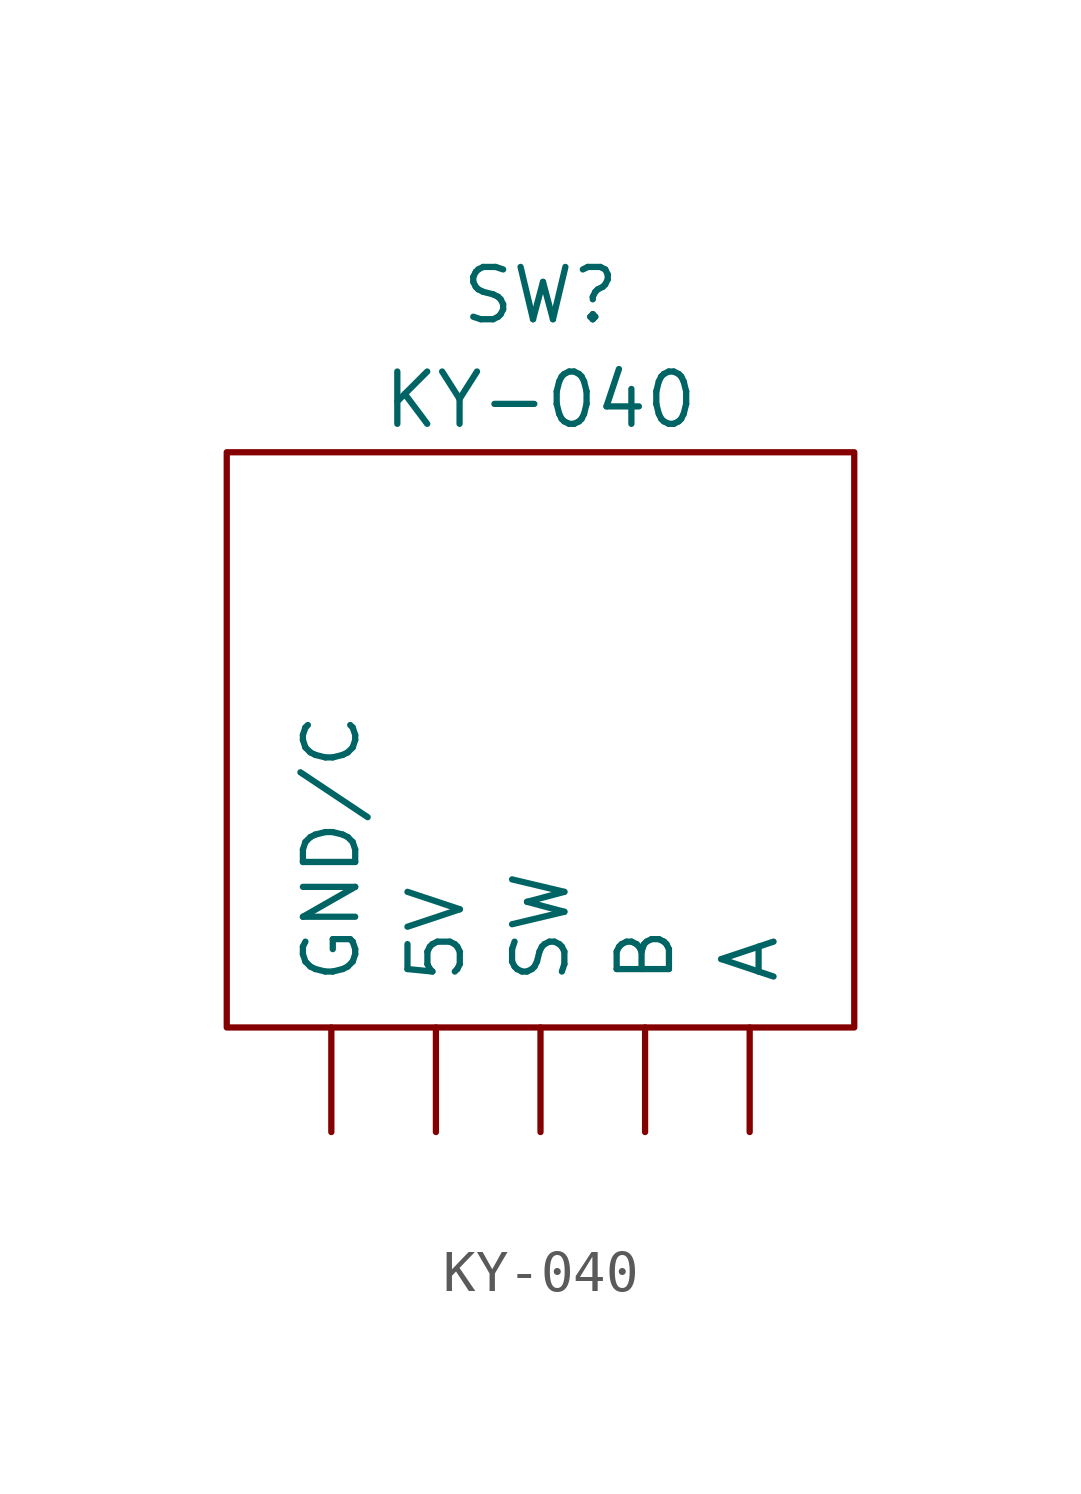
<source format=kicad_sym>
(kicad_symbol_lib
  (version 20220914)
  (generator kicad_symbol_editor)
  (symbol "KY-040"
    (pin_names
      (offset 1.016))
    (property "Reference" "SW"
      (at 0 15.24 0)
      (effects (font (size 1.27 1.27))))
    (property "Value" "KY-040"
      (at 0 12.7 0)
      (effects (font (size 1.27 1.27))))
    (symbol "KY-040_0_1"
      (rectangle (start -7.62 -2.54) (end 7.62 11.43) (stroke (width 0) (type solid)) (fill (type none))))
    (symbol "KY-040_1_1"
      (pin power_in line (at -2.54 -5.08 90) (length 2.54) (name "5V" (effects (font (size 1.27 1.27)))) (number "~" (effects (font (size 1.27 1.27)))))
      (pin output line (at 5.08 -5.08 90) (length 2.54) (name "A" (effects (font (size 1.27 1.27)))) (number "~" (effects (font (size 1.27 1.27)))))
      (pin output line (at 2.54 -5.08 90) (length 2.54) (name "B" (effects (font (size 1.27 1.27)))) (number "~" (effects (font (size 1.27 1.27)))))
      (pin output line (at -5.08 -5.08 90) (length 2.54) (name "GND/C" (effects (font (size 1.27 1.27)))) (number "~" (effects (font (size 1.27 1.27)))))
      (pin input line (at 0 -5.08 90) (length 2.54) (name "SW" (effects (font (size 1.27 1.27)))) (number "~" (effects (font (size 1.27 1.27))))))))
</source>
